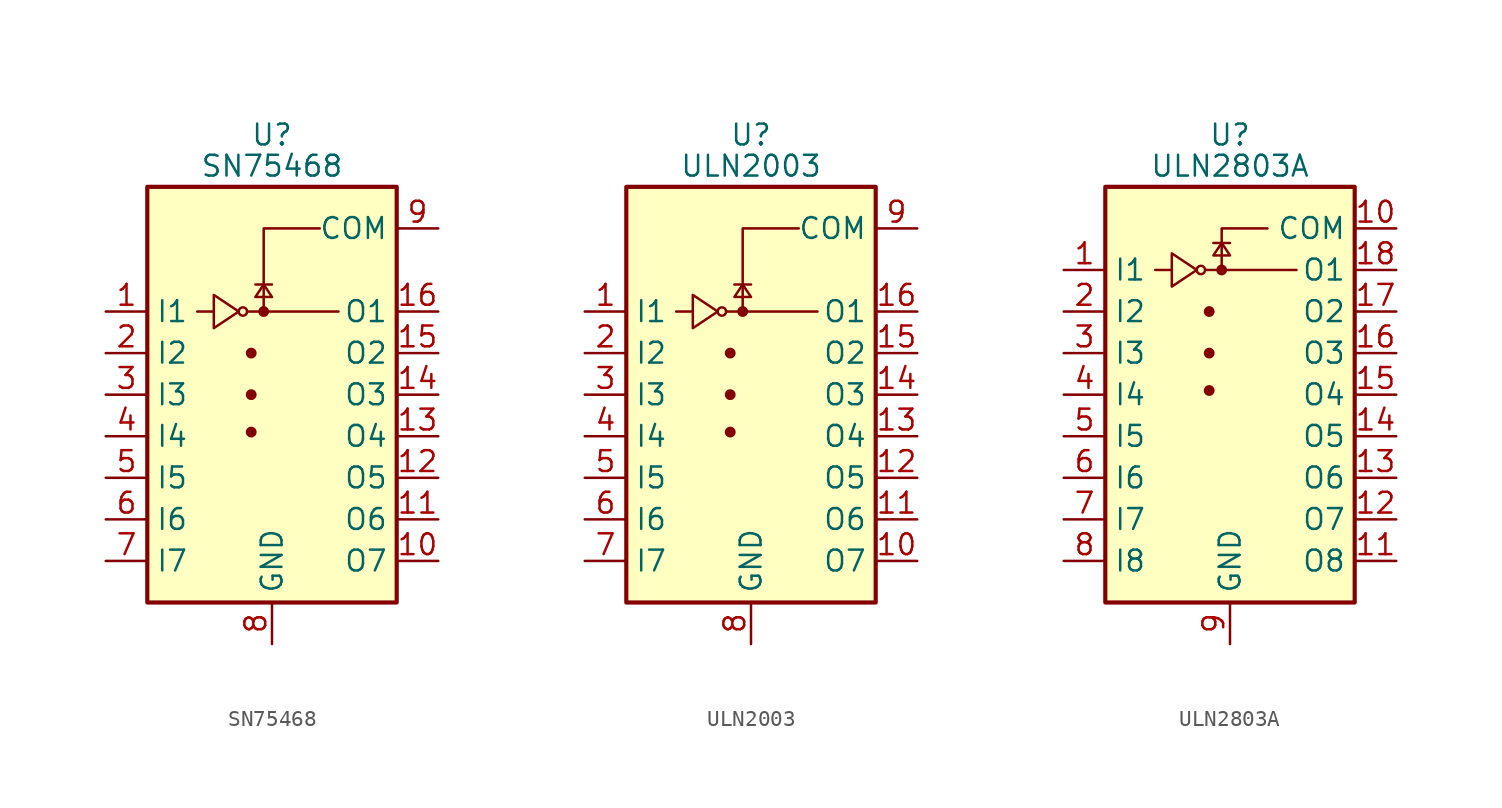
<source format=kicad_sym>
(kicad_symbol_lib
  (version 20200908)
  (generator kicad_symbol_editor)
  (symbol "Transistor_Array:SN75468"
    (property "Reference" "U"
      (at 0 15.875 0)
      (effects (font (size 1.27 1.27))))
    (property "Value" "SN75468"
      (at 0 13.97 0)
      (effects (font (size 1.27 1.27))))
    (symbol "SN75468_0_1"
      (circle (center -1.778 5.08) (radius 0.254) (stroke (width 0)) (fill (type none)))
      (circle (center -1.27 -2.286) (radius 0.254) (stroke (width 0)) (fill (type outline)))
      (circle (center -1.27 0) (radius 0.254) (stroke (width 0)) (fill (type outline)))
      (circle (center -1.27 2.54) (radius 0.254) (stroke (width 0)) (fill (type outline)))
      (circle (center -0.508 5.08) (radius 0.254) (stroke (width 0)) (fill (type outline)))
      (rectangle (start -7.62 -12.7) (end 7.62 12.7) (stroke (width 0.254)) (fill (type background)))
      (polyline (pts (xy -4.572 5.08) (xy -3.556 5.08)) (stroke (width 0)) (fill (type none)))
      (polyline (pts (xy -1.524 5.08) (xy 4.064 5.08)) (stroke (width 0)) (fill (type none)))
      (polyline (pts (xy 0 6.731) (xy -1.016 6.731)) (stroke (width 0)) (fill (type none)))
      (polyline (pts (xy -0.508 5.08) (xy -0.508 10.16) (xy 2.921 10.16)) (stroke (width 0)) (fill (type none)))
      (polyline (pts (xy -3.556 6.096) (xy -3.556 4.064) (xy -2.032 5.08) (xy -3.556 6.096)) (stroke (width 0)) (fill (type none)))
      (polyline (pts (xy 0 5.969) (xy -1.016 5.969) (xy -0.508 6.731) (xy 0 5.969)) (stroke (width 0)) (fill (type none))))
    (symbol "SN75468_1_1"
      (pin input line (at -10.16 5.08 0) (length 2.54) (name "I1" (effects (font (size 1.27 1.27)))) (number "1" (effects (font (size 1.27 1.27)))))
      (pin open_collector line (at 10.16 -10.16 180) (length 2.54) (name "O7" (effects (font (size 1.27 1.27)))) (number "10" (effects (font (size 1.27 1.27)))))
      (pin open_collector line (at 10.16 -7.62 180) (length 2.54) (name "O6" (effects (font (size 1.27 1.27)))) (number "11" (effects (font (size 1.27 1.27)))))
      (pin open_collector line (at 10.16 -5.08 180) (length 2.54) (name "O5" (effects (font (size 1.27 1.27)))) (number "12" (effects (font (size 1.27 1.27)))))
      (pin open_collector line (at 10.16 -2.54 180) (length 2.54) (name "O4" (effects (font (size 1.27 1.27)))) (number "13" (effects (font (size 1.27 1.27)))))
      (pin open_collector line (at 10.16 0 180) (length 2.54) (name "O3" (effects (font (size 1.27 1.27)))) (number "14" (effects (font (size 1.27 1.27)))))
      (pin open_collector line (at 10.16 2.54 180) (length 2.54) (name "O2" (effects (font (size 1.27 1.27)))) (number "15" (effects (font (size 1.27 1.27)))))
      (pin open_collector line (at 10.16 5.08 180) (length 2.54) (name "O1" (effects (font (size 1.27 1.27)))) (number "16" (effects (font (size 1.27 1.27)))))
      (pin input line (at -10.16 2.54 0) (length 2.54) (name "I2" (effects (font (size 1.27 1.27)))) (number "2" (effects (font (size 1.27 1.27)))))
      (pin input line (at -10.16 0 0) (length 2.54) (name "I3" (effects (font (size 1.27 1.27)))) (number "3" (effects (font (size 1.27 1.27)))))
      (pin input line (at -10.16 -2.54 0) (length 2.54) (name "I4" (effects (font (size 1.27 1.27)))) (number "4" (effects (font (size 1.27 1.27)))))
      (pin input line (at -10.16 -5.08 0) (length 2.54) (name "I5" (effects (font (size 1.27 1.27)))) (number "5" (effects (font (size 1.27 1.27)))))
      (pin input line (at -10.16 -7.62 0) (length 2.54) (name "I6" (effects (font (size 1.27 1.27)))) (number "6" (effects (font (size 1.27 1.27)))))
      (pin input line (at -10.16 -10.16 0) (length 2.54) (name "I7" (effects (font (size 1.27 1.27)))) (number "7" (effects (font (size 1.27 1.27)))))
      (pin power_in line (at 0 -15.24 90) (length 2.54) (name "GND" (effects (font (size 1.27 1.27)))) (number "8" (effects (font (size 1.27 1.27)))))
      (pin passive line (at 10.16 10.16 180) (length 2.54) (name "COM" (effects (font (size 1.27 1.27)))) (number "9" (effects (font (size 1.27 1.27)))))))
  (symbol "Transistor_Array:ULN2003"
    (property "Reference" "U"
      (at 0 15.875 0)
      (effects (font (size 1.27 1.27))))
    (property "Value" "ULN2003"
      (at 0 13.97 0)
      (effects (font (size 1.27 1.27))))
    (symbol "ULN2003_0_1"
      (circle (center -1.778 5.08) (radius 0.254) (stroke (width 0)) (fill (type none)))
      (circle (center -1.27 -2.286) (radius 0.254) (stroke (width 0)) (fill (type outline)))
      (circle (center -1.27 0) (radius 0.254) (stroke (width 0)) (fill (type outline)))
      (circle (center -1.27 2.54) (radius 0.254) (stroke (width 0)) (fill (type outline)))
      (circle (center -0.508 5.08) (radius 0.254) (stroke (width 0)) (fill (type outline)))
      (rectangle (start -7.62 -12.7) (end 7.62 12.7) (stroke (width 0.254)) (fill (type background)))
      (polyline (pts (xy -4.572 5.08) (xy -3.556 5.08)) (stroke (width 0)) (fill (type none)))
      (polyline (pts (xy -1.524 5.08) (xy 4.064 5.08)) (stroke (width 0)) (fill (type none)))
      (polyline (pts (xy 0 6.731) (xy -1.016 6.731)) (stroke (width 0)) (fill (type none)))
      (polyline (pts (xy -0.508 5.08) (xy -0.508 10.16) (xy 2.921 10.16)) (stroke (width 0)) (fill (type none)))
      (polyline (pts (xy -3.556 6.096) (xy -3.556 4.064) (xy -2.032 5.08) (xy -3.556 6.096)) (stroke (width 0)) (fill (type none)))
      (polyline (pts (xy 0 5.969) (xy -1.016 5.969) (xy -0.508 6.731) (xy 0 5.969)) (stroke (width 0)) (fill (type none))))
    (symbol "ULN2003_1_1"
      (pin input line (at -10.16 5.08 0) (length 2.54) (name "I1" (effects (font (size 1.27 1.27)))) (number "1" (effects (font (size 1.27 1.27)))))
      (pin open_collector line (at 10.16 -10.16 180) (length 2.54) (name "O7" (effects (font (size 1.27 1.27)))) (number "10" (effects (font (size 1.27 1.27)))))
      (pin open_collector line (at 10.16 -7.62 180) (length 2.54) (name "O6" (effects (font (size 1.27 1.27)))) (number "11" (effects (font (size 1.27 1.27)))))
      (pin open_collector line (at 10.16 -5.08 180) (length 2.54) (name "O5" (effects (font (size 1.27 1.27)))) (number "12" (effects (font (size 1.27 1.27)))))
      (pin open_collector line (at 10.16 -2.54 180) (length 2.54) (name "O4" (effects (font (size 1.27 1.27)))) (number "13" (effects (font (size 1.27 1.27)))))
      (pin open_collector line (at 10.16 0 180) (length 2.54) (name "O3" (effects (font (size 1.27 1.27)))) (number "14" (effects (font (size 1.27 1.27)))))
      (pin open_collector line (at 10.16 2.54 180) (length 2.54) (name "O2" (effects (font (size 1.27 1.27)))) (number "15" (effects (font (size 1.27 1.27)))))
      (pin open_collector line (at 10.16 5.08 180) (length 2.54) (name "O1" (effects (font (size 1.27 1.27)))) (number "16" (effects (font (size 1.27 1.27)))))
      (pin input line (at -10.16 2.54 0) (length 2.54) (name "I2" (effects (font (size 1.27 1.27)))) (number "2" (effects (font (size 1.27 1.27)))))
      (pin input line (at -10.16 0 0) (length 2.54) (name "I3" (effects (font (size 1.27 1.27)))) (number "3" (effects (font (size 1.27 1.27)))))
      (pin input line (at -10.16 -2.54 0) (length 2.54) (name "I4" (effects (font (size 1.27 1.27)))) (number "4" (effects (font (size 1.27 1.27)))))
      (pin input line (at -10.16 -5.08 0) (length 2.54) (name "I5" (effects (font (size 1.27 1.27)))) (number "5" (effects (font (size 1.27 1.27)))))
      (pin input line (at -10.16 -7.62 0) (length 2.54) (name "I6" (effects (font (size 1.27 1.27)))) (number "6" (effects (font (size 1.27 1.27)))))
      (pin input line (at -10.16 -10.16 0) (length 2.54) (name "I7" (effects (font (size 1.27 1.27)))) (number "7" (effects (font (size 1.27 1.27)))))
      (pin power_in line (at 0 -15.24 90) (length 2.54) (name "GND" (effects (font (size 1.27 1.27)))) (number "8" (effects (font (size 1.27 1.27)))))
      (pin passive line (at 10.16 10.16 180) (length 2.54) (name "COM" (effects (font (size 1.27 1.27)))) (number "9" (effects (font (size 1.27 1.27)))))))
  (symbol "Transistor_Array:ULN2803A"
    (property "Reference" "U"
      (at 0 13.335 0)
      (effects (font (size 1.27 1.27))))
    (property "Value" "ULN2803A"
      (at 0 11.43 0)
      (effects (font (size 1.27 1.27))))
    (symbol "ULN2803A_0_1"
      (circle (center -1.778 5.08) (radius 0.254) (stroke (width 0)) (fill (type none)))
      (circle (center -1.27 -2.286) (radius 0.254) (stroke (width 0)) (fill (type outline)))
      (circle (center -1.27 0) (radius 0.254) (stroke (width 0)) (fill (type outline)))
      (circle (center -1.27 2.54) (radius 0.254) (stroke (width 0)) (fill (type outline)))
      (circle (center -0.508 5.08) (radius 0.254) (stroke (width 0)) (fill (type outline)))
      (rectangle (start -7.62 -15.24) (end 7.62 10.16) (stroke (width 0.254)) (fill (type background)))
      (polyline (pts (xy -4.572 5.08) (xy -3.556 5.08)) (stroke (width 0)) (fill (type none)))
      (polyline (pts (xy -1.524 5.08) (xy 4.064 5.08)) (stroke (width 0)) (fill (type none)))
      (polyline (pts (xy 0 6.731) (xy -1.016 6.731)) (stroke (width 0)) (fill (type none)))
      (polyline (pts (xy -0.508 5.08) (xy -0.508 7.62) (xy 2.286 7.62)) (stroke (width 0)) (fill (type none)))
      (polyline (pts (xy -3.556 6.096) (xy -3.556 4.064) (xy -2.032 5.08) (xy -3.556 6.096)) (stroke (width 0)) (fill (type none)))
      (polyline (pts (xy 0 5.969) (xy -1.016 5.969) (xy -0.508 6.731) (xy 0 5.969)) (stroke (width 0)) (fill (type none))))
    (symbol "ULN2803A_1_1"
      (pin input line (at -10.16 5.08 0) (length 2.54) (name "I1" (effects (font (size 1.27 1.27)))) (number "1" (effects (font (size 1.27 1.27)))))
      (pin passive line (at 10.16 7.62 180) (length 2.54) (name "COM" (effects (font (size 1.27 1.27)))) (number "10" (effects (font (size 1.27 1.27)))))
      (pin open_collector line (at 10.16 -12.7 180) (length 2.54) (name "O8" (effects (font (size 1.27 1.27)))) (number "11" (effects (font (size 1.27 1.27)))))
      (pin open_collector line (at 10.16 -10.16 180) (length 2.54) (name "O7" (effects (font (size 1.27 1.27)))) (number "12" (effects (font (size 1.27 1.27)))))
      (pin open_collector line (at 10.16 -7.62 180) (length 2.54) (name "O6" (effects (font (size 1.27 1.27)))) (number "13" (effects (font (size 1.27 1.27)))))
      (pin open_collector line (at 10.16 -5.08 180) (length 2.54) (name "O5" (effects (font (size 1.27 1.27)))) (number "14" (effects (font (size 1.27 1.27)))))
      (pin open_collector line (at 10.16 -2.54 180) (length 2.54) (name "O4" (effects (font (size 1.27 1.27)))) (number "15" (effects (font (size 1.27 1.27)))))
      (pin open_collector line (at 10.16 0 180) (length 2.54) (name "O3" (effects (font (size 1.27 1.27)))) (number "16" (effects (font (size 1.27 1.27)))))
      (pin open_collector line (at 10.16 2.54 180) (length 2.54) (name "O2" (effects (font (size 1.27 1.27)))) (number "17" (effects (font (size 1.27 1.27)))))
      (pin open_collector line (at 10.16 5.08 180) (length 2.54) (name "O1" (effects (font (size 1.27 1.27)))) (number "18" (effects (font (size 1.27 1.27)))))
      (pin input line (at -10.16 2.54 0) (length 2.54) (name "I2" (effects (font (size 1.27 1.27)))) (number "2" (effects (font (size 1.27 1.27)))))
      (pin input line (at -10.16 0 0) (length 2.54) (name "I3" (effects (font (size 1.27 1.27)))) (number "3" (effects (font (size 1.27 1.27)))))
      (pin input line (at -10.16 -2.54 0) (length 2.54) (name "I4" (effects (font (size 1.27 1.27)))) (number "4" (effects (font (size 1.27 1.27)))))
      (pin input line (at -10.16 -5.08 0) (length 2.54) (name "I5" (effects (font (size 1.27 1.27)))) (number "5" (effects (font (size 1.27 1.27)))))
      (pin input line (at -10.16 -7.62 0) (length 2.54) (name "I6" (effects (font (size 1.27 1.27)))) (number "6" (effects (font (size 1.27 1.27)))))
      (pin input line (at -10.16 -10.16 0) (length 2.54) (name "I7" (effects (font (size 1.27 1.27)))) (number "7" (effects (font (size 1.27 1.27)))))
      (pin input line (at -10.16 -12.7 0) (length 2.54) (name "I8" (effects (font (size 1.27 1.27)))) (number "8" (effects (font (size 1.27 1.27)))))
      (pin power_in line (at 0 -17.78 90) (length 2.54) (name "GND" (effects (font (size 1.27 1.27)))) (number "9" (effects (font (size 1.27 1.27))))))))
</source>
